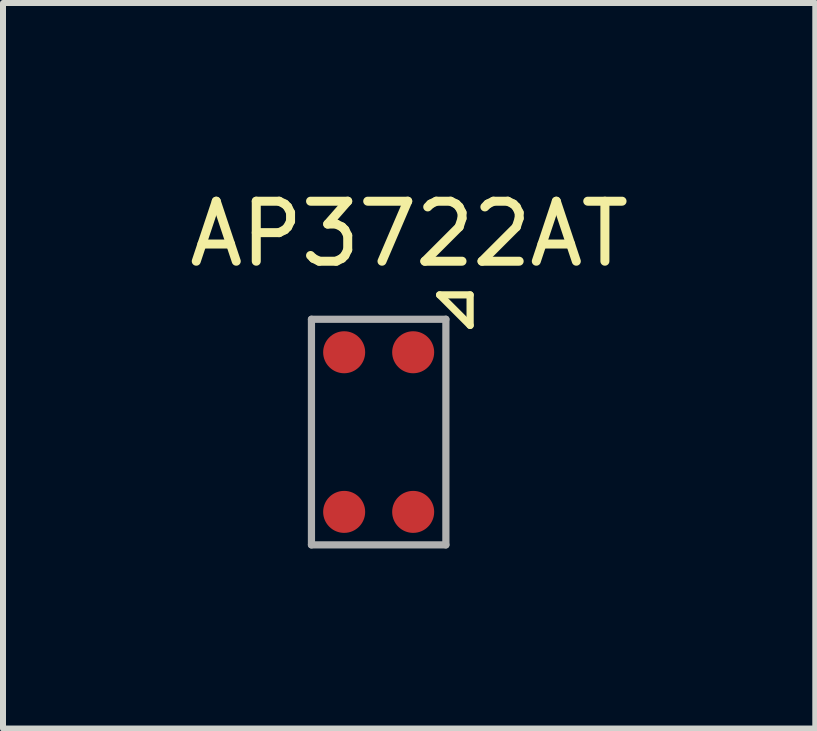
<source format=kicad_pcb>
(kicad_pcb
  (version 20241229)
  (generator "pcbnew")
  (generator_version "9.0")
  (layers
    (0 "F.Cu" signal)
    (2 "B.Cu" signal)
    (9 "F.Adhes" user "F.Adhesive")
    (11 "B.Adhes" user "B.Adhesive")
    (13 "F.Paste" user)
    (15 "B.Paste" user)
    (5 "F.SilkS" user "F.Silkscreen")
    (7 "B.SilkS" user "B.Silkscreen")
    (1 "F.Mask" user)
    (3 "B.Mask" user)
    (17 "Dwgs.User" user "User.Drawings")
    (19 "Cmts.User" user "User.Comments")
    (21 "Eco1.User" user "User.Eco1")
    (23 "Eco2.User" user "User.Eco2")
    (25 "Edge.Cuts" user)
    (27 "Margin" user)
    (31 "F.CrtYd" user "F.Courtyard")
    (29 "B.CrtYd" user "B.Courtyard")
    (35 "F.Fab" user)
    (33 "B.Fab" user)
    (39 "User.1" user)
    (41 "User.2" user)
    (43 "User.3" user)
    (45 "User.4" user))
  (footprint "AP3722AT"
    (layer "F.Cu")
    (at 3.26 4.15)
    (property "Reference" "AP3722AT" (at 0.508 -3.302 0) (layer "F.SilkS") (effects (font (size 1 1) (thickness 0.15))))
    (attr through_hole)
    (fp_line (start 1.016 -2.286) (end 1.524 -1.778) (stroke (width 0.12) (type solid)) (layer "F.SilkS"))
    (fp_line (start 1.524 -2.286) (end 1.016 -2.286) (stroke (width 0.12) (type solid)) (layer "F.SilkS"))
    (fp_line (start 1.524 -1.778) (end 1.524 -2.286) (stroke (width 0.12) (type solid)) (layer "F.SilkS"))
    (fp_line (start -1.12 -1.88) (end -1.12 1.88) (stroke (width 0.12) (type solid)) (layer "F.Fab"))
    (fp_line (start -1.12 -1.88) (end 1.12 -1.88) (stroke (width 0.12) (type solid)) (layer "F.Fab"))
    (fp_line (start -1.12 1.88) (end 1.12 1.88) (stroke (width 0.12) (type solid)) (layer "F.Fab"))
    (fp_line (start 1.12 1.88) (end 1.12 -1.88) (stroke (width 0.12) (type solid)) (layer "F.Fab"))
    (pad "1" smd circle (at 0.575 -1.33) (size 0.7 0.7) (layers "F.Cu" "F.Mask" "F.Paste"))
    (pad "2" smd circle (at -0.575 1.33) (size 0.7 0.7) (layers "F.Cu" "F.Mask" "F.Paste"))
    (pad "2" smd circle (at 0.575 1.33) (size 0.7 0.7) (layers "F.Cu" "F.Mask" "F.Paste"))
    (pad "3" smd circle (at -0.575 -1.33) (size 0.7 0.7) (layers "F.Cu" "F.Mask" "F.Paste")))
  (gr_rect
    (start -3 -3)
    (end 10.536 9.09)
    (stroke (width 0.1) (type default))
    (fill no)
    (layer "Edge.Cuts")))
</source>
